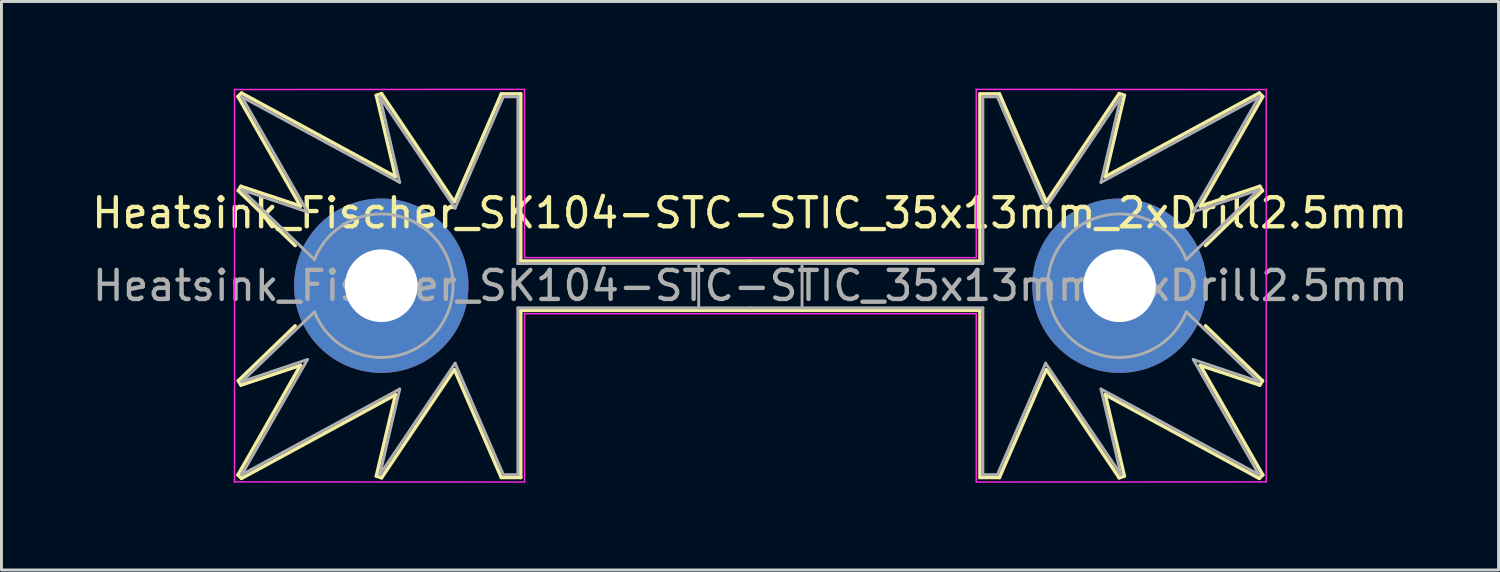
<source format=kicad_pcb>
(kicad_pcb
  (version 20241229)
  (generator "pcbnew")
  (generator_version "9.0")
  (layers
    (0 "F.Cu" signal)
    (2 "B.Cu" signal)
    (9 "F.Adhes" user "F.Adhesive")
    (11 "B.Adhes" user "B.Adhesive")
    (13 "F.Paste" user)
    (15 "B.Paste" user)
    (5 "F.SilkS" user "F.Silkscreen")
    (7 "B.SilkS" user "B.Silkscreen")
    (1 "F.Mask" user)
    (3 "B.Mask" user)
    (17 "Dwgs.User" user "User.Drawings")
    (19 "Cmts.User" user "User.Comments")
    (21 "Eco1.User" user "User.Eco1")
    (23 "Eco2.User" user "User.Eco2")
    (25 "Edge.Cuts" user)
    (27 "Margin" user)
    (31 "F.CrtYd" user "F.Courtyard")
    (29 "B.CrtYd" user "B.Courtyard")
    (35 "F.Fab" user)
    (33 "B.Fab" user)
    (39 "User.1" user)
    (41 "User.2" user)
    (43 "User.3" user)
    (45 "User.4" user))
  (footprint "Heatsink_Fischer_SK104-STC-STIC_35x13mm_2xDrill2.5mm"
    (layer "F.Cu")
    (at 22.769 6.781)
    (property "Reference" "Heatsink_Fischer_SK104-STC-STIC_35x13mm_2xDrill2.5mm" (at -0.025 -2.5 0) (layer "F.SilkS") (effects (font (size 1 1) (thickness 0.15))))
    (attr through_hole)
    (fp_line (start -17.63 -6.51) (end -15.48 -2.74) (stroke (width 0.12) (type solid)) (layer "F.SilkS"))
    (fp_line (start -17.63 6.51) (end -15.48 2.74) (stroke (width 0.12) (type solid)) (layer "F.SilkS"))
    (fp_line (start -17.62 -3.27) (end -15.66 -1.38) (stroke (width 0.12) (type solid)) (layer "F.SilkS"))
    (fp_line (start -17.62 3.27) (end -15.66 1.38) (stroke (width 0.12) (type solid)) (layer "F.SilkS"))
    (fp_line (start -17.53 -3.42) (end -17.62 -3.27) (stroke (width 0.12) (type solid)) (layer "F.SilkS"))
    (fp_line (start -17.53 3.42) (end -17.62 3.27) (stroke (width 0.12) (type solid)) (layer "F.SilkS"))
    (fp_line (start -17.51 -6.63) (end -17.63 -6.51) (stroke (width 0.12) (type solid)) (layer "F.SilkS"))
    (fp_line (start -17.51 6.63) (end -17.63 6.51) (stroke (width 0.12) (type solid)) (layer "F.SilkS"))
    (fp_line (start -15.48 -2.74) (end -17.53 -3.42) (stroke (width 0.12) (type solid)) (layer "F.SilkS"))
    (fp_line (start -15.48 2.74) (end -17.53 3.42) (stroke (width 0.12) (type solid)) (layer "F.SilkS"))
    (fp_line (start -12.87 -6.55) (end -12.21 -3.75) (stroke (width 0.12) (type solid)) (layer "F.SilkS"))
    (fp_line (start -12.87 6.55) (end -12.21 3.75) (stroke (width 0.12) (type solid)) (layer "F.SilkS"))
    (fp_line (start -12.69 -6.61) (end -12.87 -6.55) (stroke (width 0.12) (type solid)) (layer "F.SilkS"))
    (fp_line (start -12.69 6.61) (end -12.87 6.55) (stroke (width 0.12) (type solid)) (layer "F.SilkS"))
    (fp_line (start -12.21 -3.75) (end -17.51 -6.63) (stroke (width 0.12) (type solid)) (layer "F.SilkS"))
    (fp_line (start -12.21 3.75) (end -17.51 6.63) (stroke (width 0.12) (type solid)) (layer "F.SilkS"))
    (fp_line (start -10.19 -2.89) (end -12.69 -6.61) (stroke (width 0.12) (type solid)) (layer "F.SilkS"))
    (fp_line (start -10.19 2.89) (end -12.69 6.61) (stroke (width 0.12) (type solid)) (layer "F.SilkS"))
    (fp_line (start -8.57 -6.6) (end -10.18 -2.89) (stroke (width 0.12) (type solid)) (layer "F.SilkS"))
    (fp_line (start -8.57 6.6) (end -10.18 2.89) (stroke (width 0.12) (type solid)) (layer "F.SilkS"))
    (fp_line (start -7.9 -6.6) (end -8.57 -6.6) (stroke (width 0.12) (type solid)) (layer "F.SilkS"))
    (fp_line (start -7.9 -0.85) (end -7.9 -6.6) (stroke (width 0.12) (type solid)) (layer "F.SilkS"))
    (fp_line (start -7.9 0.85) (end -7.9 6.6) (stroke (width 0.12) (type solid)) (layer "F.SilkS"))
    (fp_line (start -7.9 6.6) (end -8.57 6.6) (stroke (width 0.12) (type solid)) (layer "F.SilkS"))
    (fp_line (start 0 -0.85) (end -7.9 -0.85) (stroke (width 0.12) (type solid)) (layer "F.SilkS"))
    (fp_line (start 0 -0.85) (end 7.9 -0.85) (stroke (width 0.12) (type solid)) (layer "F.SilkS"))
    (fp_line (start 0 0.85) (end -7.9 0.85) (stroke (width 0.12) (type solid)) (layer "F.SilkS"))
    (fp_line (start 0 0.85) (end 7.9 0.85) (stroke (width 0.12) (type solid)) (layer "F.SilkS"))
    (fp_line (start 7.9 -6.6) (end 8.57 -6.6) (stroke (width 0.12) (type solid)) (layer "F.SilkS"))
    (fp_line (start 7.9 -0.85) (end 7.9 -6.6) (stroke (width 0.12) (type solid)) (layer "F.SilkS"))
    (fp_line (start 7.9 0.85) (end 7.9 6.6) (stroke (width 0.12) (type solid)) (layer "F.SilkS"))
    (fp_line (start 7.9 6.6) (end 8.57 6.6) (stroke (width 0.12) (type solid)) (layer "F.SilkS"))
    (fp_line (start 8.57 -6.6) (end 10.18 -2.89) (stroke (width 0.12) (type solid)) (layer "F.SilkS"))
    (fp_line (start 8.57 6.6) (end 10.18 2.89) (stroke (width 0.12) (type solid)) (layer "F.SilkS"))
    (fp_line (start 10.19 -2.89) (end 12.69 -6.61) (stroke (width 0.12) (type solid)) (layer "F.SilkS"))
    (fp_line (start 10.19 2.89) (end 12.69 6.61) (stroke (width 0.12) (type solid)) (layer "F.SilkS"))
    (fp_line (start 12.21 -3.75) (end 17.51 -6.63) (stroke (width 0.12) (type solid)) (layer "F.SilkS"))
    (fp_line (start 12.21 3.75) (end 17.51 6.63) (stroke (width 0.12) (type solid)) (layer "F.SilkS"))
    (fp_line (start 12.69 -6.61) (end 12.87 -6.55) (stroke (width 0.12) (type solid)) (layer "F.SilkS"))
    (fp_line (start 12.69 6.61) (end 12.87 6.55) (stroke (width 0.12) (type solid)) (layer "F.SilkS"))
    (fp_line (start 12.87 -6.55) (end 12.21 -3.75) (stroke (width 0.12) (type solid)) (layer "F.SilkS"))
    (fp_line (start 12.87 6.55) (end 12.21 3.75) (stroke (width 0.12) (type solid)) (layer "F.SilkS"))
    (fp_line (start 15.48 -2.74) (end 17.53 -3.42) (stroke (width 0.12) (type solid)) (layer "F.SilkS"))
    (fp_line (start 15.48 2.74) (end 17.53 3.42) (stroke (width 0.12) (type solid)) (layer "F.SilkS"))
    (fp_line (start 17.51 -6.63) (end 17.63 -6.51) (stroke (width 0.12) (type solid)) (layer "F.SilkS"))
    (fp_line (start 17.51 6.63) (end 17.63 6.51) (stroke (width 0.12) (type solid)) (layer "F.SilkS"))
    (fp_line (start 17.53 -3.42) (end 17.62 -3.27) (stroke (width 0.12) (type solid)) (layer "F.SilkS"))
    (fp_line (start 17.53 3.42) (end 17.62 3.27) (stroke (width 0.12) (type solid)) (layer "F.SilkS"))
    (fp_line (start 17.62 -3.27) (end 15.66 -1.38) (stroke (width 0.12) (type solid)) (layer "F.SilkS"))
    (fp_line (start 17.62 3.27) (end 15.66 1.38) (stroke (width 0.12) (type solid)) (layer "F.SilkS"))
    (fp_line (start 17.63 -6.51) (end 15.48 -2.74) (stroke (width 0.12) (type solid)) (layer "F.SilkS"))
    (fp_line (start 17.63 6.51) (end 15.48 2.74) (stroke (width 0.12) (type solid)) (layer "F.SilkS"))
    (fp_line (start -17.75 -6.75) (end -17.75 6.75) (stroke (width 0.05) (type solid)) (layer "F.CrtYd"))
    (fp_line (start -7.772 -6.756) (end -17.75 -6.75) (stroke (width 0.05) (type solid)) (layer "F.CrtYd"))
    (fp_line (start -7.772 -0.965) (end -7.772 -6.756) (stroke (width 0.05) (type solid)) (layer "F.CrtYd"))
    (fp_line (start -7.772 0.965) (end 7.772 0.965) (stroke (width 0.05) (type solid)) (layer "F.CrtYd"))
    (fp_line (start -7.772 6.756) (end -17.75 6.75) (stroke (width 0.05) (type solid)) (layer "F.CrtYd"))
    (fp_line (start -7.772 6.756) (end -7.772 0.965) (stroke (width 0.05) (type solid)) (layer "F.CrtYd"))
    (fp_line (start 7.772 -6.756) (end 7.772 -0.965) (stroke (width 0.05) (type solid)) (layer "F.CrtYd"))
    (fp_line (start 7.772 -6.756) (end 17.75 -6.75) (stroke (width 0.05) (type solid)) (layer "F.CrtYd"))
    (fp_line (start 7.772 -0.965) (end -7.772 -0.965) (stroke (width 0.05) (type solid)) (layer "F.CrtYd"))
    (fp_line (start 7.772 0.965) (end 7.772 6.756) (stroke (width 0.05) (type solid)) (layer "F.CrtYd"))
    (fp_line (start 7.772 6.756) (end 17.75 6.75) (stroke (width 0.05) (type solid)) (layer "F.CrtYd"))
    (fp_line (start 17.75 6.75) (end 17.75 -6.75) (stroke (width 0.05) (type solid)) (layer "F.CrtYd"))
    (fp_line (start -17.5 -6.5) (end -15.24 -2.54) (stroke (width 0.1) (type solid)) (layer "F.Fab"))
    (fp_line (start -17.5 -6.5) (end -12.065 -3.556) (stroke (width 0.1) (type solid)) (layer "F.Fab"))
    (fp_line (start -17.5 -3.3) (end -15 -0.9) (stroke (width 0.1) (type solid)) (layer "F.Fab"))
    (fp_line (start -17.5 3.3) (end -15 0.9) (stroke (width 0.1) (type solid)) (layer "F.Fab"))
    (fp_line (start -17.5 6.5) (end -15.24 2.54) (stroke (width 0.1) (type solid)) (layer "F.Fab"))
    (fp_line (start -17.5 6.5) (end -12.065 3.556) (stroke (width 0.1) (type solid)) (layer "F.Fab"))
    (fp_line (start -15.24 -2.54) (end -17.5 -3.3) (stroke (width 0.1) (type solid)) (layer "F.Fab"))
    (fp_line (start -15.24 2.54) (end -17.5 3.3) (stroke (width 0.1) (type solid)) (layer "F.Fab"))
    (fp_line (start -12.065 -3.556) (end -12.75 -6.5) (stroke (width 0.1) (type solid)) (layer "F.Fab"))
    (fp_line (start -12.065 3.556) (end -12.75 6.5) (stroke (width 0.1) (type solid)) (layer "F.Fab"))
    (fp_line (start -10.16 -2.667) (end -12.75 -6.5) (stroke (width 0.1) (type solid)) (layer "F.Fab"))
    (fp_line (start -10.16 2.667) (end -12.75 6.5) (stroke (width 0.1) (type solid)) (layer "F.Fab"))
    (fp_line (start -8.5 -6.5) (end -10.16 -2.667) (stroke (width 0.1) (type solid)) (layer "F.Fab"))
    (fp_line (start -8.5 6.5) (end -10.16 2.667) (stroke (width 0.1) (type solid)) (layer "F.Fab"))
    (fp_line (start -8.001 -0.762) (end -8 -6.5) (stroke (width 0.1) (type solid)) (layer "F.Fab"))
    (fp_line (start -8.001 0.762) (end -8 6.5) (stroke (width 0.1) (type solid)) (layer "F.Fab"))
    (fp_line (start -8 -6.5) (end -8.5 -6.5) (stroke (width 0.1) (type solid)) (layer "F.Fab"))
    (fp_line (start -8 6.5) (end -8.5 6.5) (stroke (width 0.1) (type solid)) (layer "F.Fab"))
    (fp_line (start -1.778 0.762) (end -1.778 -0.762) (stroke (width 0.1) (type solid)) (layer "F.Fab"))
    (fp_line (start 0 -0.762) (end -8.001 -0.762) (stroke (width 0.1) (type solid)) (layer "F.Fab"))
    (fp_line (start 0 -0.762) (end 8.001 -0.762) (stroke (width 0.1) (type solid)) (layer "F.Fab"))
    (fp_line (start 0 0.762) (end -8.001 0.762) (stroke (width 0.1) (type solid)) (layer "F.Fab"))
    (fp_line (start 0 0.762) (end 8.001 0.762) (stroke (width 0.1) (type solid)) (layer "F.Fab"))
    (fp_line (start 1.778 -0.762) (end 1.778 0.762) (stroke (width 0.1) (type solid)) (layer "F.Fab"))
    (fp_line (start 8 -6.5) (end 8.5 -6.5) (stroke (width 0.1) (type solid)) (layer "F.Fab"))
    (fp_line (start 8 6.5) (end 8.5 6.5) (stroke (width 0.1) (type solid)) (layer "F.Fab"))
    (fp_line (start 8.001 -0.762) (end 8 -6.5) (stroke (width 0.1) (type solid)) (layer "F.Fab"))
    (fp_line (start 8.001 0.762) (end 8 6.5) (stroke (width 0.1) (type solid)) (layer "F.Fab"))
    (fp_line (start 8.5 -6.5) (end 10.16 -2.667) (stroke (width 0.1) (type solid)) (layer "F.Fab"))
    (fp_line (start 8.5 6.5) (end 10.16 2.667) (stroke (width 0.1) (type solid)) (layer "F.Fab"))
    (fp_line (start 10.16 -2.667) (end 12.75 -6.5) (stroke (width 0.1) (type solid)) (layer "F.Fab"))
    (fp_line (start 10.16 2.667) (end 12.75 6.5) (stroke (width 0.1) (type solid)) (layer "F.Fab"))
    (fp_line (start 12.065 -3.556) (end 12.75 -6.5) (stroke (width 0.1) (type solid)) (layer "F.Fab"))
    (fp_line (start 12.065 3.556) (end 12.75 6.5) (stroke (width 0.1) (type solid)) (layer "F.Fab"))
    (fp_line (start 15.24 -2.54) (end 17.5 -3.3) (stroke (width 0.1) (type solid)) (layer "F.Fab"))
    (fp_line (start 15.24 2.54) (end 17.5 3.3) (stroke (width 0.1) (type solid)) (layer "F.Fab"))
    (fp_line (start 17.5 -6.5) (end 12.065 -3.556) (stroke (width 0.1) (type solid)) (layer "F.Fab"))
    (fp_line (start 17.5 -6.5) (end 15.24 -2.54) (stroke (width 0.1) (type solid)) (layer "F.Fab"))
    (fp_line (start 17.5 -3.3) (end 15 -0.9) (stroke (width 0.1) (type solid)) (layer "F.Fab"))
    (fp_line (start 17.5 3.3) (end 15 0.9) (stroke (width 0.1) (type solid)) (layer "F.Fab"))
    (fp_line (start 17.5 6.5) (end 12.065 3.556) (stroke (width 0.1) (type solid)) (layer "F.Fab"))
    (fp_line (start 17.5 6.5) (end 15.24 2.54) (stroke (width 0.1) (type solid)) (layer "F.Fab"))
    (fp_arc (start -14.99272 -0.918387) (mid -10.230202 0.009888) (end -15 0.9) (stroke (width 0.1) (type solid)) (layer "F.Fab"))
    (fp_arc (start 14.99272 0.918387) (mid 10.230202 -0.009888) (end 15 -0.9) (stroke (width 0.1) (type solid)) (layer "F.Fab"))
    (fp_text user "${REFERENCE}" (at 0 0 0) (layer "F.Fab") (effects (font (size 1 1) (thickness 0.15))))
    (pad "1" thru_hole circle (at -12.7 0 180) (size 6 6) (drill 2.5) (layers "*.Cu" "*.Mask"))
    (pad "1" thru_hole circle (at 12.7 0) (size 6 6) (drill 2.5) (layers "*.Cu" "*.Mask")))
  (gr_rect
    (start -3 -3)
    (end 48.513 16.563)
    (stroke (width 0.1) (type default))
    (fill no)
    (layer "Edge.Cuts")))
</source>
